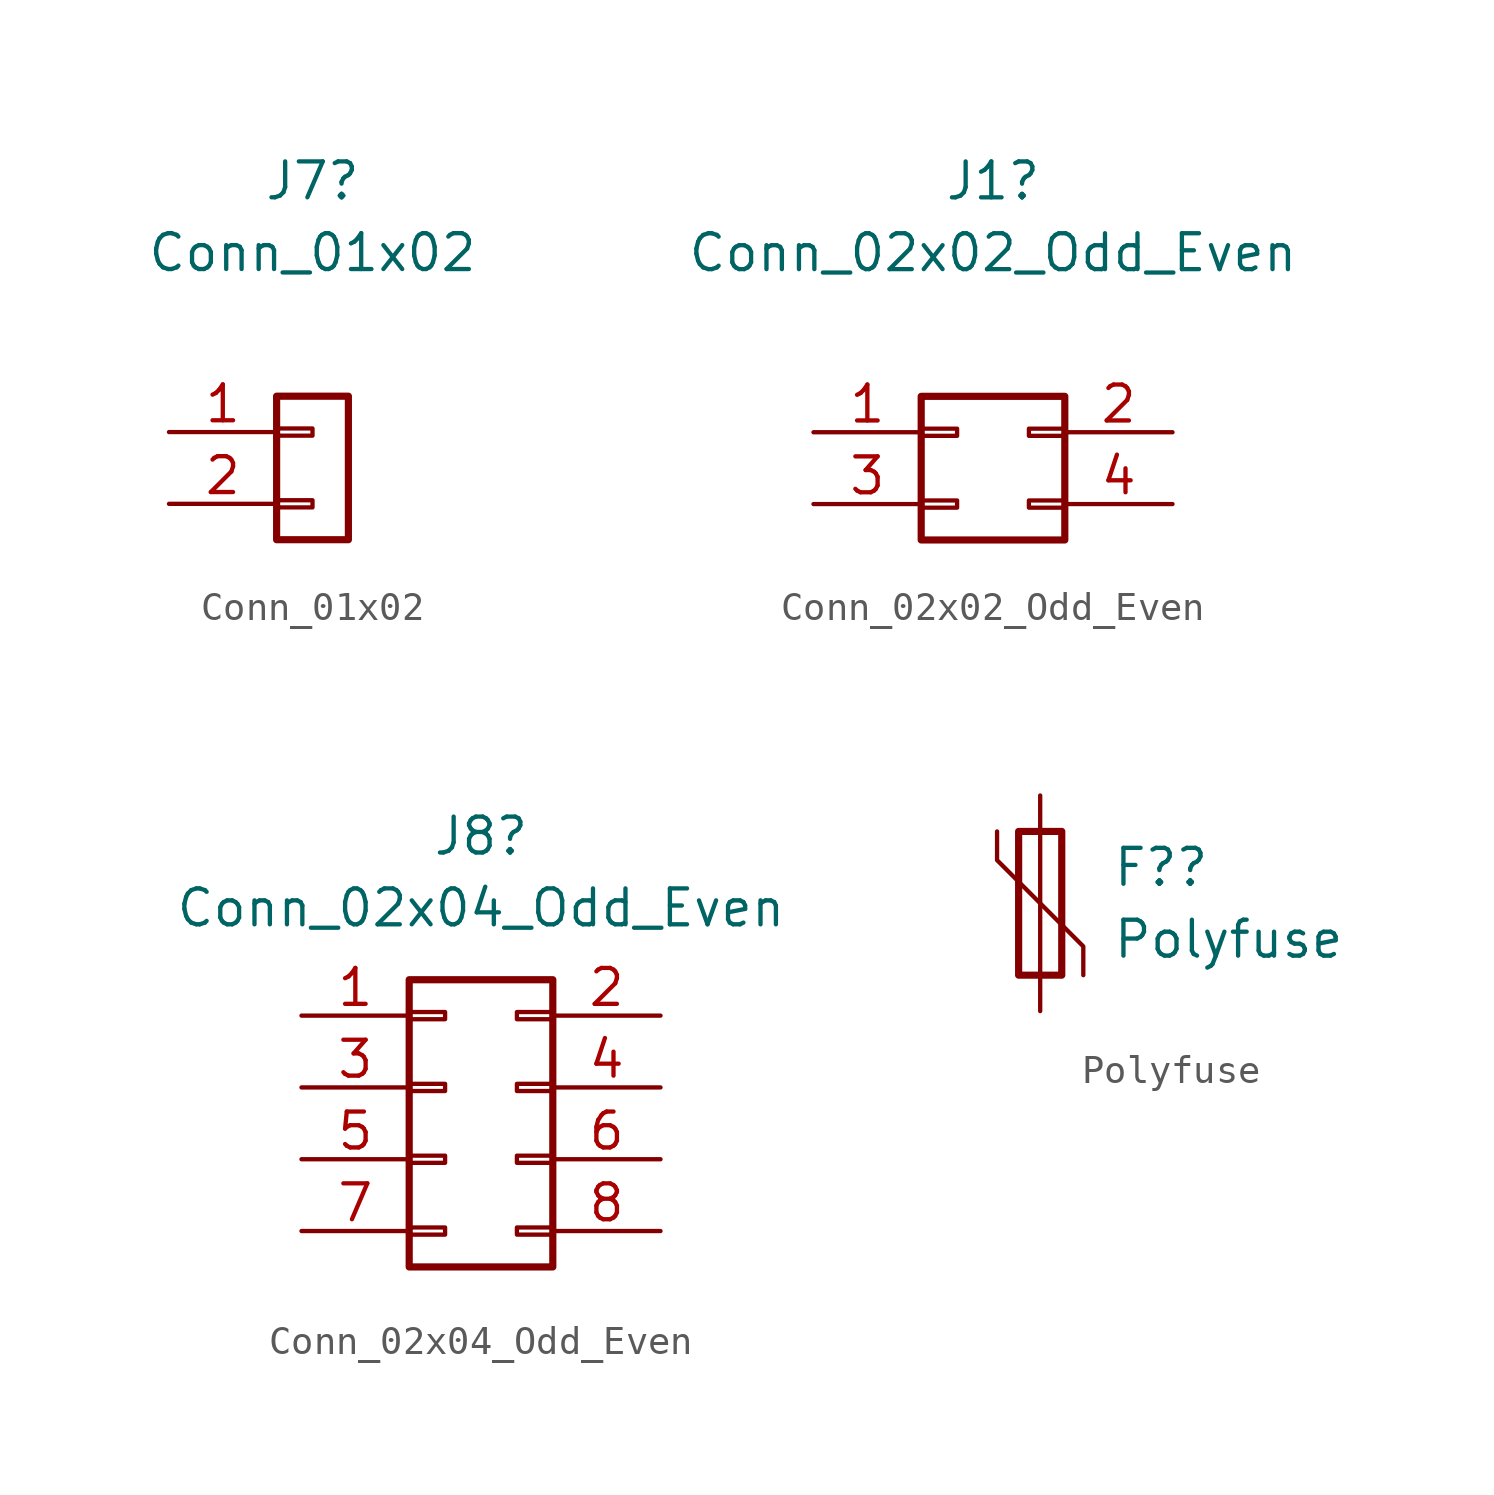
<source format=kicad_sym>
(kicad_symbol_lib
  (version 20211014)
  (generator kicad_symbol_editor)
  (symbol "Conn_01x02"
    (pin_names
      (offset 1.016) hide)
    (property "Reference" "J7"
      (at 0 8.89 0)
      (effects (font (size 1.27 1.27))))
    (property "Value" "Conn_01x02"
      (at 0 6.35 0)
      (effects (font (size 1.27 1.27))))
    (symbol "Conn_01x02_1_1"
      (rectangle (start -1.27 -2.413) (end 0 -2.667) (stroke (width 0.152) (type default) (color 0 0 0 0)) (fill (type none)))
      (rectangle (start -1.27 0.127) (end 0 -0.127) (stroke (width 0.152) (type default) (color 0 0 0 0)) (fill (type none)))
      (rectangle (start -1.27 1.27) (end 1.27 -3.81) (stroke (width 0.254) (type default) (color 0 0 0 0)) (fill (type none)))
      (pin passive line (at -5.08 0 0) (length 3.81) (name "Pin_1" (effects (font (size 1.27 1.27)))) (number "1" (effects (font (size 1.27 1.27)))))
      (pin passive line (at -5.08 -2.54 0) (length 3.81) (name "Pin_2" (effects (font (size 1.27 1.27)))) (number "2" (effects (font (size 1.27 1.27)))))))
  (symbol "Conn_02x02_Odd_Even"
    (pin_names
      (offset 1.016) hide)
    (property "Reference" "J1"
      (at 1.27 8.89 0)
      (effects (font (size 1.27 1.27))))
    (property "Value" "Conn_02x02_Odd_Even"
      (at 1.27 6.35 0)
      (effects (font (size 1.27 1.27))))
    (symbol "Conn_02x02_Odd_Even_1_1"
      (rectangle (start -1.27 -2.413) (end 0 -2.667) (stroke (width 0.152) (type default) (color 0 0 0 0)) (fill (type none)))
      (rectangle (start -1.27 0.127) (end 0 -0.127) (stroke (width 0.152) (type default) (color 0 0 0 0)) (fill (type none)))
      (rectangle (start -1.27 1.27) (end 3.81 -3.81) (stroke (width 0.254) (type default) (color 0 0 0 0)) (fill (type none)))
      (rectangle (start 3.81 -2.413) (end 2.54 -2.667) (stroke (width 0.152) (type default) (color 0 0 0 0)) (fill (type none)))
      (rectangle (start 3.81 0.127) (end 2.54 -0.127) (stroke (width 0.152) (type default) (color 0 0 0 0)) (fill (type none)))
      (pin passive line (at -5.08 0 0) (length 3.81) (name "Pin_1" (effects (font (size 1.27 1.27)))) (number "1" (effects (font (size 1.27 1.27)))))
      (pin passive line (at 7.62 0 180) (length 3.81) (name "Pin_2" (effects (font (size 1.27 1.27)))) (number "2" (effects (font (size 1.27 1.27)))))
      (pin passive line (at -5.08 -2.54 0) (length 3.81) (name "Pin_3" (effects (font (size 1.27 1.27)))) (number "3" (effects (font (size 1.27 1.27)))))
      (pin passive line (at 7.62 -2.54 180) (length 3.81) (name "Pin_4" (effects (font (size 1.27 1.27)))) (number "4" (effects (font (size 1.27 1.27)))))))
  (symbol "Conn_02x04_Odd_Even"
    (pin_names
      (offset 1.016) hide)
    (property "Reference" "J8"
      (at 1.27 8.89 0)
      (effects (font (size 1.27 1.27))))
    (property "Value" "Conn_02x04_Odd_Even"
      (at 1.27 6.35 0)
      (effects (font (size 1.27 1.27))))
    (symbol "Conn_02x04_Odd_Even_1_1"
      (rectangle (start -1.27 -4.953) (end 0 -5.207) (stroke (width 0.152) (type default) (color 0 0 0 0)) (fill (type none)))
      (rectangle (start -1.27 -2.413) (end 0 -2.667) (stroke (width 0.152) (type default) (color 0 0 0 0)) (fill (type none)))
      (rectangle (start -1.27 0.127) (end 0 -0.127) (stroke (width 0.152) (type default) (color 0 0 0 0)) (fill (type none)))
      (rectangle (start -1.27 2.667) (end 0 2.413) (stroke (width 0.152) (type default) (color 0 0 0 0)) (fill (type none)))
      (rectangle (start -1.27 3.81) (end 3.81 -6.35) (stroke (width 0.254) (type default) (color 0 0 0 0)) (fill (type none)))
      (rectangle (start 3.81 -4.953) (end 2.54 -5.207) (stroke (width 0.152) (type default) (color 0 0 0 0)) (fill (type none)))
      (rectangle (start 3.81 -2.413) (end 2.54 -2.667) (stroke (width 0.152) (type default) (color 0 0 0 0)) (fill (type none)))
      (rectangle (start 3.81 0.127) (end 2.54 -0.127) (stroke (width 0.152) (type default) (color 0 0 0 0)) (fill (type none)))
      (rectangle (start 3.81 2.667) (end 2.54 2.413) (stroke (width 0.152) (type default) (color 0 0 0 0)) (fill (type none)))
      (pin passive line (at -5.08 2.54 0) (length 3.81) (name "Pin_1" (effects (font (size 1.27 1.27)))) (number "1" (effects (font (size 1.27 1.27)))))
      (pin passive line (at 7.62 2.54 180) (length 3.81) (name "Pin_2" (effects (font (size 1.27 1.27)))) (number "2" (effects (font (size 1.27 1.27)))))
      (pin passive line (at -5.08 0 0) (length 3.81) (name "Pin_3" (effects (font (size 1.27 1.27)))) (number "3" (effects (font (size 1.27 1.27)))))
      (pin passive line (at 7.62 0 180) (length 3.81) (name "Pin_4" (effects (font (size 1.27 1.27)))) (number "4" (effects (font (size 1.27 1.27)))))
      (pin passive line (at -5.08 -2.54 0) (length 3.81) (name "Pin_5" (effects (font (size 1.27 1.27)))) (number "5" (effects (font (size 1.27 1.27)))))
      (pin passive line (at 7.62 -2.54 180) (length 3.81) (name "Pin_6" (effects (font (size 1.27 1.27)))) (number "6" (effects (font (size 1.27 1.27)))))
      (pin passive line (at -5.08 -5.08 0) (length 3.81) (name "Pin_7" (effects (font (size 1.27 1.27)))) (number "7" (effects (font (size 1.27 1.27)))))
      (pin passive line (at 7.62 -5.08 180) (length 3.81) (name "Pin_8" (effects (font (size 1.27 1.27)))) (number "8" (effects (font (size 1.27 1.27)))))))
  (symbol "Polyfuse"
    (pin_numbers hide)
    (pin_names
      (offset 0))
    (property "Reference" "F?"
      (at 2.54 1.27 0)
      (effects (font (size 1.27 1.27)) (justify left)))
    (property "Value" "Polyfuse"
      (at 2.54 -1.27 0)
      (effects (font (size 1.27 1.27)) (justify left)))
    (symbol "Polyfuse_0_1"
      (rectangle (start -0.762 2.54) (end 0.762 -2.54) (stroke (width 0.254) (type default) (color 0 0 0 0)) (fill (type none)))
      (polyline (pts (xy 0 2.54) (xy 0 -2.54)) (stroke (width 0) (type default) (color 0 0 0 0)) (fill (type none)))
      (polyline (pts (xy -1.524 2.54) (xy -1.524 1.524) (xy 1.524 -1.524) (xy 1.524 -2.54)) (stroke (width 0) (type default) (color 0 0 0 0)) (fill (type none))))
    (symbol "Polyfuse_1_1"
      (pin passive line (at 0 3.81 270) (length 1.27) (name "~" (effects (font (size 1.27 1.27)))) (number "1" (effects (font (size 1.27 1.27)))))
      (pin passive line (at 0 -3.81 90) (length 1.27) (name "~" (effects (font (size 1.27 1.27)))) (number "2" (effects (font (size 1.27 1.27))))))))
</source>
